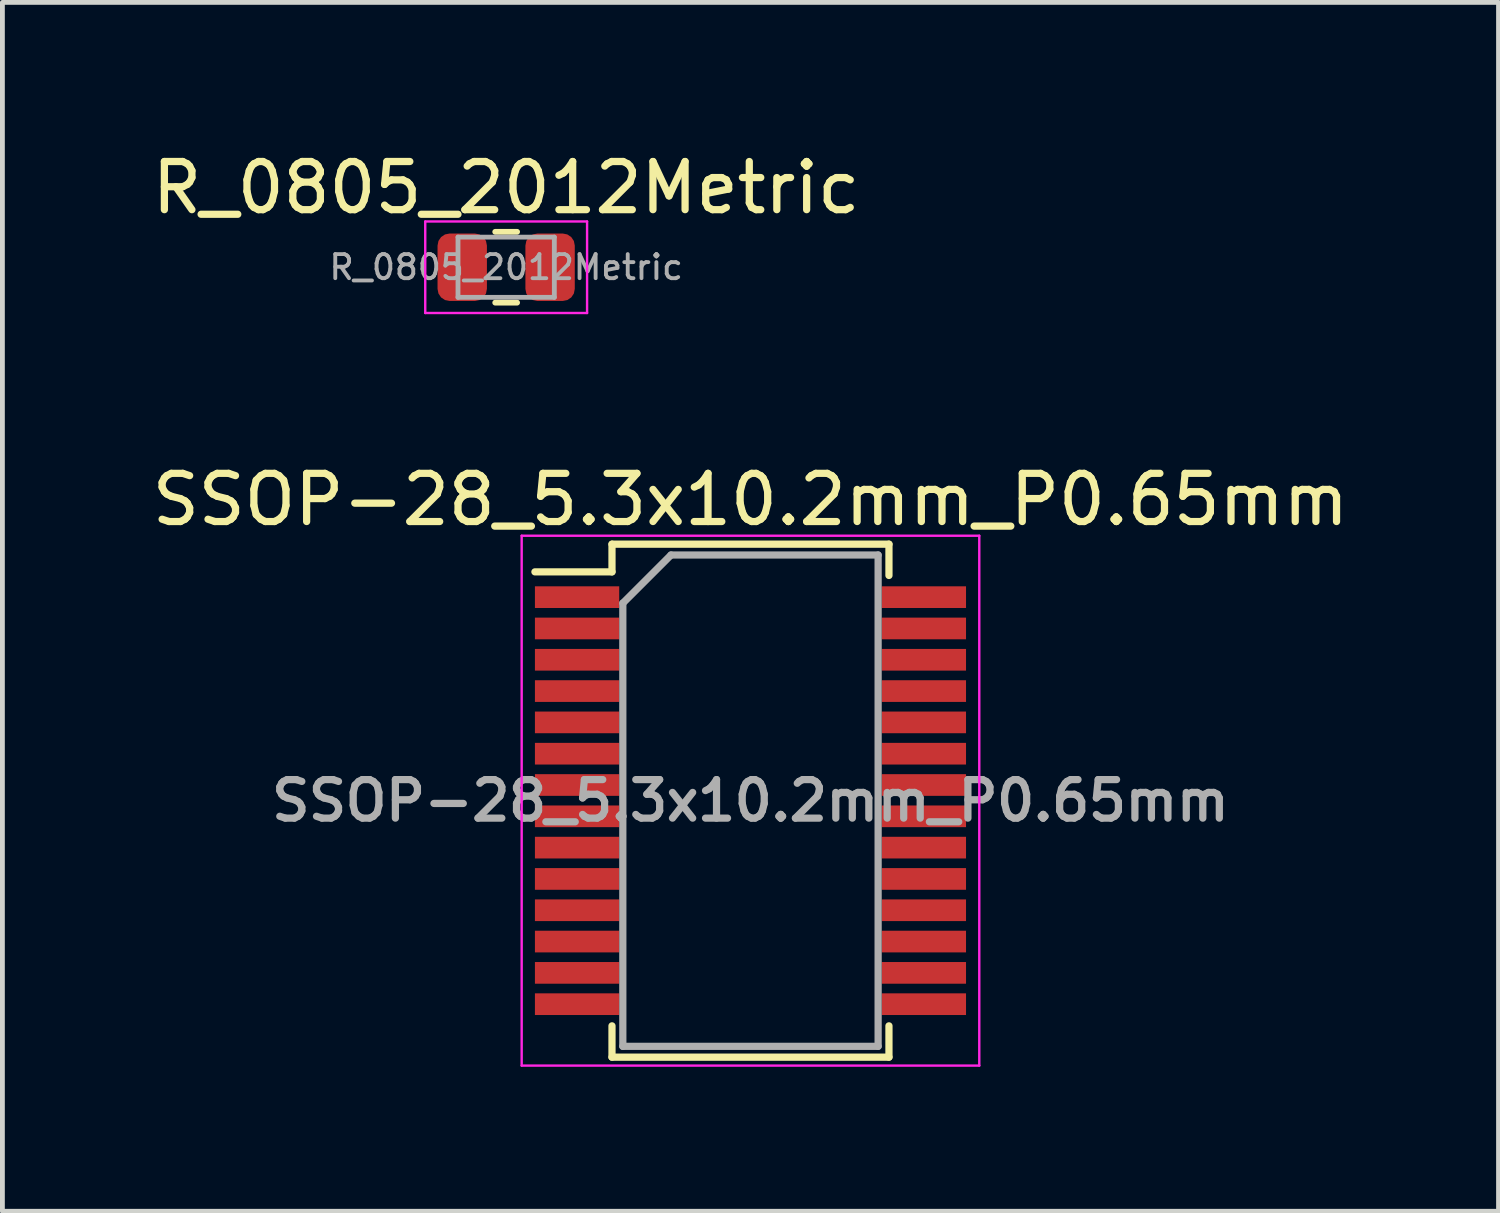
<source format=kicad_pcb>
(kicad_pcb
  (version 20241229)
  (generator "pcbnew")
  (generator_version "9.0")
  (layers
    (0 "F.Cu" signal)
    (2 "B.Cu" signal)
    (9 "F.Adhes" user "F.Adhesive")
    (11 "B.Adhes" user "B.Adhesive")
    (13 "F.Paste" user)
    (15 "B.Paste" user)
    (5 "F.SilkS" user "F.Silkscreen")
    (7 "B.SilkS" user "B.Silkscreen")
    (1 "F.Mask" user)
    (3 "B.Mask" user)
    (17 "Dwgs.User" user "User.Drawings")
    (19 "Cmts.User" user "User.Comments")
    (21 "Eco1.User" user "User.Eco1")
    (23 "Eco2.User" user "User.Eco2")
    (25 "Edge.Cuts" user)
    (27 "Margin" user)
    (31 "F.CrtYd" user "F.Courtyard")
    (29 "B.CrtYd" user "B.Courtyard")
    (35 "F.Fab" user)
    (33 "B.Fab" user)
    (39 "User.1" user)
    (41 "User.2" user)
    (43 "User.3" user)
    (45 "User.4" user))
  (footprint "SSOP-28_5.3x10.2mm_P0.65mm"
    (layer "F.Cu")
    (at 12.53 13.572)
    (property "Reference" "SSOP-28_5.3x10.2mm_P0.65mm" (at 0 -6.25 0) (layer "F.SilkS") (effects (font (size 1 1) (thickness 0.15))))
    (attr smd)
    (fp_line (start -2.875 -5.325) (end -2.875 -4.75) (stroke (width 0.15) (type solid)) (layer "F.SilkS"))
    (fp_line (start -2.875 -5.325) (end 2.875 -5.325) (stroke (width 0.15) (type solid)) (layer "F.SilkS"))
    (fp_line (start -2.875 -4.75) (end -4.475 -4.75) (stroke (width 0.15) (type solid)) (layer "F.SilkS"))
    (fp_line (start -2.875 5.325) (end -2.875 4.675) (stroke (width 0.15) (type solid)) (layer "F.SilkS"))
    (fp_line (start -2.875 5.325) (end 2.875 5.325) (stroke (width 0.15) (type solid)) (layer "F.SilkS"))
    (fp_line (start 2.875 -5.325) (end 2.875 -4.675) (stroke (width 0.15) (type solid)) (layer "F.SilkS"))
    (fp_line (start 2.875 5.325) (end 2.875 4.675) (stroke (width 0.15) (type solid)) (layer "F.SilkS"))
    (fp_line (start -4.75 -5.5) (end -4.75 5.5) (stroke (width 0.05) (type solid)) (layer "F.CrtYd"))
    (fp_line (start -4.75 -5.5) (end 4.75 -5.5) (stroke (width 0.05) (type solid)) (layer "F.CrtYd"))
    (fp_line (start -4.75 5.5) (end 4.75 5.5) (stroke (width 0.05) (type solid)) (layer "F.CrtYd"))
    (fp_line (start 4.75 -5.5) (end 4.75 5.5) (stroke (width 0.05) (type solid)) (layer "F.CrtYd"))
    (fp_line (start -2.65 -4.1) (end -1.65 -5.1) (stroke (width 0.15) (type solid)) (layer "F.Fab"))
    (fp_line (start -2.65 5.1) (end -2.65 -4.1) (stroke (width 0.15) (type solid)) (layer "F.Fab"))
    (fp_line (start -1.65 -5.1) (end 2.65 -5.1) (stroke (width 0.15) (type solid)) (layer "F.Fab"))
    (fp_line (start 2.65 -5.1) (end 2.65 5.1) (stroke (width 0.15) (type solid)) (layer "F.Fab"))
    (fp_line (start 2.65 5.1) (end -2.65 5.1) (stroke (width 0.15) (type solid)) (layer "F.Fab"))
    (fp_text user "${REFERENCE}" (at 0 0 0) (layer "F.Fab") (effects (font (size 0.8 0.8) (thickness 0.15))))
    (pad "1" smd rect (at -3.6 -4.225) (size 1.75 0.45) (layers "F.Cu" "F.Mask" "F.Paste"))
    (pad "2" smd rect (at -3.6 -3.575) (size 1.75 0.45) (layers "F.Cu" "F.Mask" "F.Paste"))
    (pad "3" smd rect (at -3.6 -2.925) (size 1.75 0.45) (layers "F.Cu" "F.Mask" "F.Paste"))
    (pad "4" smd rect (at -3.6 -2.275) (size 1.75 0.45) (layers "F.Cu" "F.Mask" "F.Paste"))
    (pad "5" smd rect (at -3.6 -1.625) (size 1.75 0.45) (layers "F.Cu" "F.Mask" "F.Paste"))
    (pad "6" smd rect (at -3.6 -0.975) (size 1.75 0.45) (layers "F.Cu" "F.Mask" "F.Paste"))
    (pad "7" smd rect (at -3.6 -0.325) (size 1.75 0.45) (layers "F.Cu" "F.Mask" "F.Paste"))
    (pad "8" smd rect (at -3.6 0.325) (size 1.75 0.45) (layers "F.Cu" "F.Mask" "F.Paste"))
    (pad "9" smd rect (at -3.6 0.975) (size 1.75 0.45) (layers "F.Cu" "F.Mask" "F.Paste"))
    (pad "10" smd rect (at -3.6 1.625) (size 1.75 0.45) (layers "F.Cu" "F.Mask" "F.Paste"))
    (pad "11" smd rect (at -3.6 2.275) (size 1.75 0.45) (layers "F.Cu" "F.Mask" "F.Paste"))
    (pad "12" smd rect (at -3.6 2.925) (size 1.75 0.45) (layers "F.Cu" "F.Mask" "F.Paste"))
    (pad "13" smd rect (at -3.6 3.575) (size 1.75 0.45) (layers "F.Cu" "F.Mask" "F.Paste"))
    (pad "14" smd rect (at -3.6 4.225) (size 1.75 0.45) (layers "F.Cu" "F.Mask" "F.Paste"))
    (pad "15" smd rect (at 3.6 4.225) (size 1.75 0.45) (layers "F.Cu" "F.Mask" "F.Paste"))
    (pad "16" smd rect (at 3.6 3.575) (size 1.75 0.45) (layers "F.Cu" "F.Mask" "F.Paste"))
    (pad "17" smd rect (at 3.6 2.925) (size 1.75 0.45) (layers "F.Cu" "F.Mask" "F.Paste"))
    (pad "18" smd rect (at 3.6 2.275) (size 1.75 0.45) (layers "F.Cu" "F.Mask" "F.Paste"))
    (pad "19" smd rect (at 3.6 1.625) (size 1.75 0.45) (layers "F.Cu" "F.Mask" "F.Paste"))
    (pad "20" smd rect (at 3.6 0.975) (size 1.75 0.45) (layers "F.Cu" "F.Mask" "F.Paste"))
    (pad "21" smd rect (at 3.6 0.325) (size 1.75 0.45) (layers "F.Cu" "F.Mask" "F.Paste"))
    (pad "22" smd rect (at 3.6 -0.325) (size 1.75 0.45) (layers "F.Cu" "F.Mask" "F.Paste"))
    (pad "23" smd rect (at 3.6 -0.975) (size 1.75 0.45) (layers "F.Cu" "F.Mask" "F.Paste"))
    (pad "24" smd rect (at 3.6 -1.625) (size 1.75 0.45) (layers "F.Cu" "F.Mask" "F.Paste"))
    (pad "25" smd rect (at 3.6 -2.275) (size 1.75 0.45) (layers "F.Cu" "F.Mask" "F.Paste"))
    (pad "26" smd rect (at 3.6 -2.925) (size 1.75 0.45) (layers "F.Cu" "F.Mask" "F.Paste"))
    (pad "27" smd rect (at 3.6 -3.575) (size 1.75 0.45) (layers "F.Cu" "F.Mask" "F.Paste"))
    (pad "28" smd rect (at 3.6 -4.225) (size 1.75 0.45) (layers "F.Cu" "F.Mask" "F.Paste")))
  (footprint "R_0805_2012Metric"
    (layer "F.Cu")
    (at 7.458 2.498)
    (property "Reference" "R_0805_2012Metric" (at 0 -1.65 180) (layer "F.SilkS") (effects (font (size 1 1) (thickness 0.15))))
    (attr smd)
    (fp_line (start -0.227 -0.735) (end 0.227 -0.735) (stroke (width 0.12) (type solid)) (layer "F.SilkS"))
    (fp_line (start -0.227 0.735) (end 0.227 0.735) (stroke (width 0.12) (type solid)) (layer "F.SilkS"))
    (fp_line (start -1.68 -0.95) (end 1.68 -0.95) (stroke (width 0.05) (type solid)) (layer "F.CrtYd"))
    (fp_line (start -1.68 0.95) (end -1.68 -0.95) (stroke (width 0.05) (type solid)) (layer "F.CrtYd"))
    (fp_line (start 1.68 -0.95) (end 1.68 0.95) (stroke (width 0.05) (type solid)) (layer "F.CrtYd"))
    (fp_line (start 1.68 0.95) (end -1.68 0.95) (stroke (width 0.05) (type solid)) (layer "F.CrtYd"))
    (fp_line (start -1 -0.625) (end 1 -0.625) (stroke (width 0.1) (type solid)) (layer "F.Fab"))
    (fp_line (start -1 0.625) (end -1 -0.625) (stroke (width 0.1) (type solid)) (layer "F.Fab"))
    (fp_line (start 1 -0.625) (end 1 0.625) (stroke (width 0.1) (type solid)) (layer "F.Fab"))
    (fp_line (start 1 0.625) (end -1 0.625) (stroke (width 0.1) (type solid)) (layer "F.Fab"))
    (fp_text user "${REFERENCE}" (at 0 0 180) (layer "F.Fab") (effects (font (size 0.5 0.5) (thickness 0.08))))
    (pad "1" smd roundrect (at -0.912 0) (size 1.025 1.4) (layers "F.Cu" "F.Mask" "F.Paste") (roundrect_rratio 0.244))
    (pad "2" smd roundrect (at 0.912 0) (size 1.025 1.4) (layers "F.Cu" "F.Mask" "F.Paste") (roundrect_rratio 0.244)))
  (gr_rect
    (start -3 -3)
    (end 28.06 22.096)
    (stroke (width 0.1) (type default))
    (fill no)
    (layer "Edge.Cuts")))
</source>
